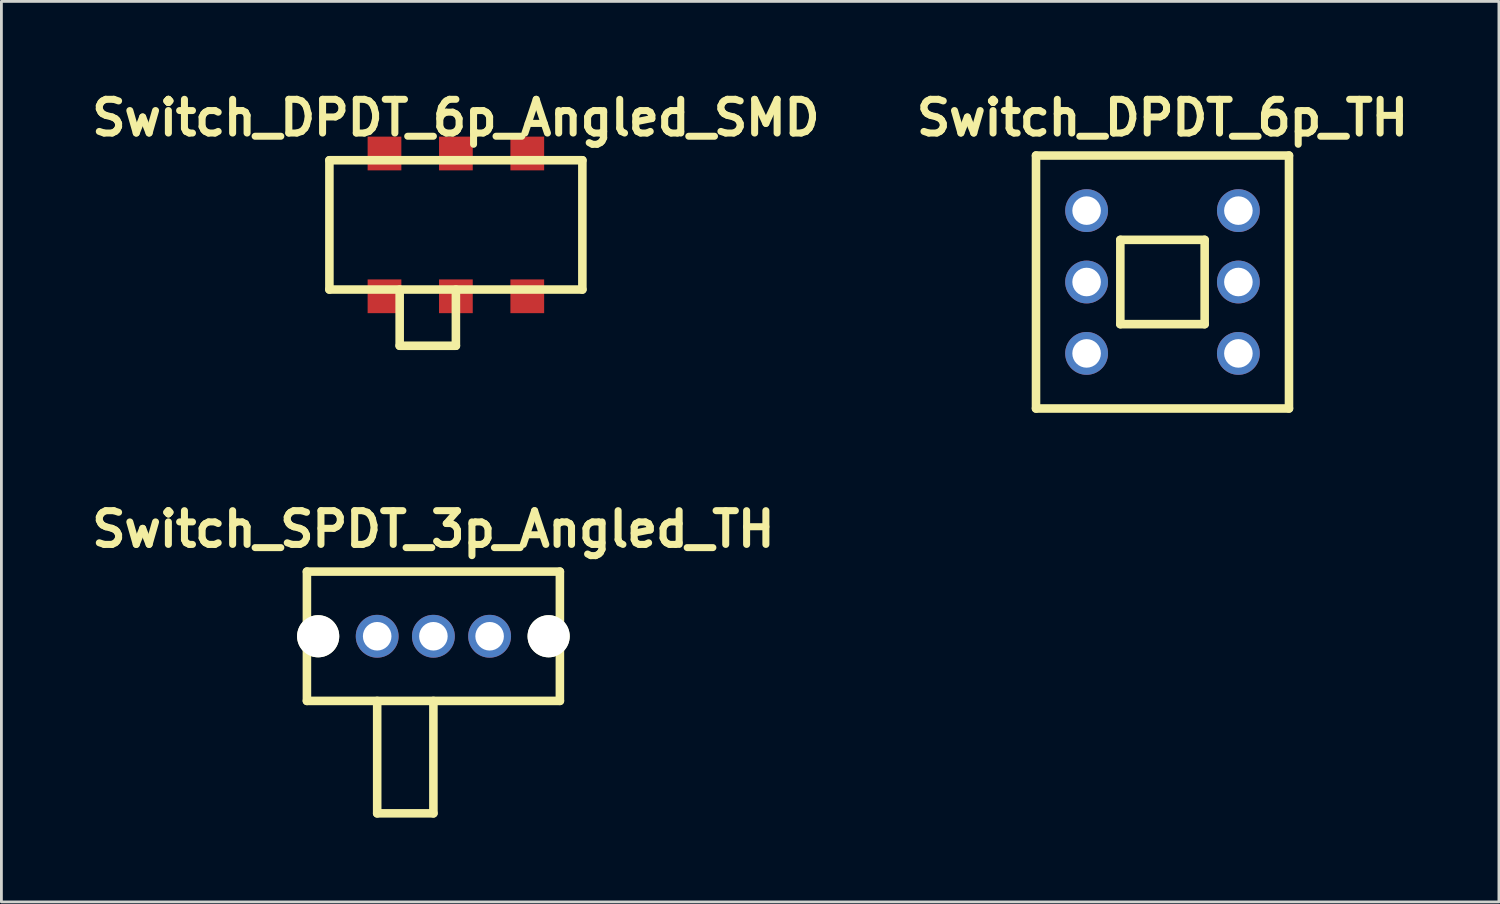
<source format=kicad_pcb>
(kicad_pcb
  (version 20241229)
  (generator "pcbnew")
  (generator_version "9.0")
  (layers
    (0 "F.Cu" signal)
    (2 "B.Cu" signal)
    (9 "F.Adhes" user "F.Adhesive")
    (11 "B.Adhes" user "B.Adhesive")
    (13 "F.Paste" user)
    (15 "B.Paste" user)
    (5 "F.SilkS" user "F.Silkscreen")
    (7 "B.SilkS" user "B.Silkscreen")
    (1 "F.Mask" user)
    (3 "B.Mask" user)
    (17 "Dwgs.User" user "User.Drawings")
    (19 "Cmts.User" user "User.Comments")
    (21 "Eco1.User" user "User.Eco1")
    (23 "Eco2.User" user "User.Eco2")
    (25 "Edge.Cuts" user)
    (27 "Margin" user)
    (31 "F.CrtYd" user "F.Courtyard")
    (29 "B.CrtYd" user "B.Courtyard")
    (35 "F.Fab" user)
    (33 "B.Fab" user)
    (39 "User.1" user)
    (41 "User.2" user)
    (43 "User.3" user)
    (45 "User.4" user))
  (footprint "Switch_DPDT_6p_Angled_SMD"
    (layer "F.Cu")
    (at 13.169 4.951)
    (property "Reference" "Switch_DPDT_6p_Angled_SMD" (at 0 -3.81 0) (layer "F.SilkS") (effects (font (size 1.2 1.2) (thickness 0.25))))
    (attr through_hole)
    (fp_line (start -4.5 -2.3) (end -4.5 2.3) (stroke (width 0.305) (type solid)) (layer "F.SilkS"))
    (fp_line (start -4.5 -2.3) (end 4.5 -2.3) (stroke (width 0.305) (type solid)) (layer "F.SilkS"))
    (fp_line (start -2 2.3) (end -2 4.3) (stroke (width 0.305) (type solid)) (layer "F.SilkS"))
    (fp_line (start -2 4.3) (end 0 4.3) (stroke (width 0.305) (type solid)) (layer "F.SilkS"))
    (fp_line (start 0 2.3) (end 0 4.3) (stroke (width 0.305) (type solid)) (layer "F.SilkS"))
    (fp_line (start 4.5 -2.3) (end 4.5 2.3) (stroke (width 0.305) (type solid)) (layer "F.SilkS"))
    (fp_line (start 4.5 2.3) (end -4.5 2.3) (stroke (width 0.305) (type solid)) (layer "F.SilkS"))
    (pad "1" smd rect (at -2.54 2.54) (size 1.2 1.2) (layers "F.Cu" "F.Mask" "F.Paste"))
    (pad "2" smd rect (at 0 2.54) (size 1.2 1.2) (layers "F.Cu" "F.Mask" "F.Paste"))
    (pad "3" smd rect (at 2.54 2.54) (size 1.2 1.2) (layers "F.Cu" "F.Mask" "F.Paste"))
    (pad "4" smd rect (at -2.54 -2.54) (size 1.2 1.2) (layers "F.Cu" "F.Mask" "F.Paste"))
    (pad "5" smd rect (at 0 -2.54) (size 1.2 1.2) (layers "F.Cu" "F.Mask" "F.Paste"))
    (pad "6" smd rect (at 2.54 -2.54) (size 1.2 1.2) (layers "F.Cu" "F.Mask" "F.Paste")))
  (footprint "Switch_DPDT_6p_TH"
    (layer "F.Cu")
    (at 38.308 6.983)
    (property "Reference" "Switch_DPDT_6p_TH" (at 0 -5.842 0) (layer "F.SilkS") (effects (font (size 1.2 1.2) (thickness 0.25))))
    (attr through_hole)
    (fp_line (start -4.5 -4.5) (end -4.5 4.5) (stroke (width 0.305) (type solid)) (layer "F.SilkS"))
    (fp_line (start -4.5 -4.5) (end 4.5 -4.5) (stroke (width 0.305) (type solid)) (layer "F.SilkS"))
    (fp_line (start -1.5 -1.5) (end -1.5 1.5) (stroke (width 0.305) (type solid)) (layer "F.SilkS"))
    (fp_line (start -1.5 -1.5) (end 1.5 -1.5) (stroke (width 0.305) (type solid)) (layer "F.SilkS"))
    (fp_line (start -1.5 1.5) (end 1.5 1.5) (stroke (width 0.305) (type solid)) (layer "F.SilkS"))
    (fp_line (start 1.5 1.5) (end 1.5 -1.5) (stroke (width 0.305) (type solid)) (layer "F.SilkS"))
    (fp_line (start 4.5 -4.5) (end 4.5 4.5) (stroke (width 0.305) (type solid)) (layer "F.SilkS"))
    (fp_line (start 4.5 4.5) (end -4.5 4.5) (stroke (width 0.305) (type solid)) (layer "F.SilkS"))
    (pad "1" thru_hole circle (at -2.7 -2.54) (size 1.524 1.524) (drill 1.016) (layers "*.Cu" "*.Mask"))
    (pad "2" thru_hole circle (at -2.7 0) (size 1.524 1.524) (drill 1.016) (layers "*.Cu" "*.Mask"))
    (pad "3" thru_hole circle (at -2.7 2.54) (size 1.524 1.524) (drill 1.016) (layers "*.Cu" "*.Mask"))
    (pad "4" thru_hole circle (at 2.7 -2.54) (size 1.524 1.524) (drill 1.016) (layers "*.Cu" "*.Mask"))
    (pad "5" thru_hole circle (at 2.7 0) (size 1.524 1.524) (drill 1.016) (layers "*.Cu" "*.Mask"))
    (pad "6" thru_hole circle (at 2.7 2.54) (size 1.524 1.524) (drill 1.016) (layers "*.Cu" "*.Mask")))
  (footprint "Switch_SPDT_3p_Angled_TH"
    (layer "F.Cu")
    (at 12.369 19.586)
    (property "Reference" "Switch_SPDT_3p_Angled_TH" (at 0 -3.81 0) (layer "F.SilkS") (effects (font (size 1.2 1.2) (thickness 0.25))))
    (attr through_hole)
    (fp_line (start -4.5 -2.3) (end -4.5 2.3) (stroke (width 0.305) (type solid)) (layer "F.SilkS"))
    (fp_line (start -4.5 -2.3) (end 4.5 -2.3) (stroke (width 0.305) (type solid)) (layer "F.SilkS"))
    (fp_line (start -2 2.3) (end -2 6.3) (stroke (width 0.305) (type solid)) (layer "F.SilkS"))
    (fp_line (start -2 6.3) (end 0 6.3) (stroke (width 0.305) (type solid)) (layer "F.SilkS"))
    (fp_line (start 0 2.3) (end 0 6.3) (stroke (width 0.305) (type solid)) (layer "F.SilkS"))
    (fp_line (start 4.5 -2.3) (end 4.5 2.3) (stroke (width 0.305) (type solid)) (layer "F.SilkS"))
    (fp_line (start 4.5 2.3) (end -4.5 2.3) (stroke (width 0.305) (type solid)) (layer "F.SilkS"))
    (pad "" np_thru_hole circle (at -4.1 0) (size 1.5 1.5) (drill 1.5) (layers "*.Cu" "*.Mask" "F.SilkS"))
    (pad "" np_thru_hole circle (at 4.1 0) (size 1.5 1.5) (drill 1.5) (layers "*.Cu" "*.Mask" "F.SilkS"))
    (pad "1" thru_hole circle (at -2 0) (size 1.524 1.524) (drill 1.016) (layers "*.Cu" "*.Mask"))
    (pad "2" thru_hole circle (at 0 0) (size 1.524 1.524) (drill 1.016) (layers "*.Cu" "*.Mask"))
    (pad "3" thru_hole circle (at 2 0) (size 1.524 1.524) (drill 1.016) (layers "*.Cu" "*.Mask")))
  (gr_rect
    (start -3 -3)
    (end 50.277 29.038)
    (stroke (width 0.1) (type default))
    (fill no)
    (layer "Edge.Cuts")))
</source>
